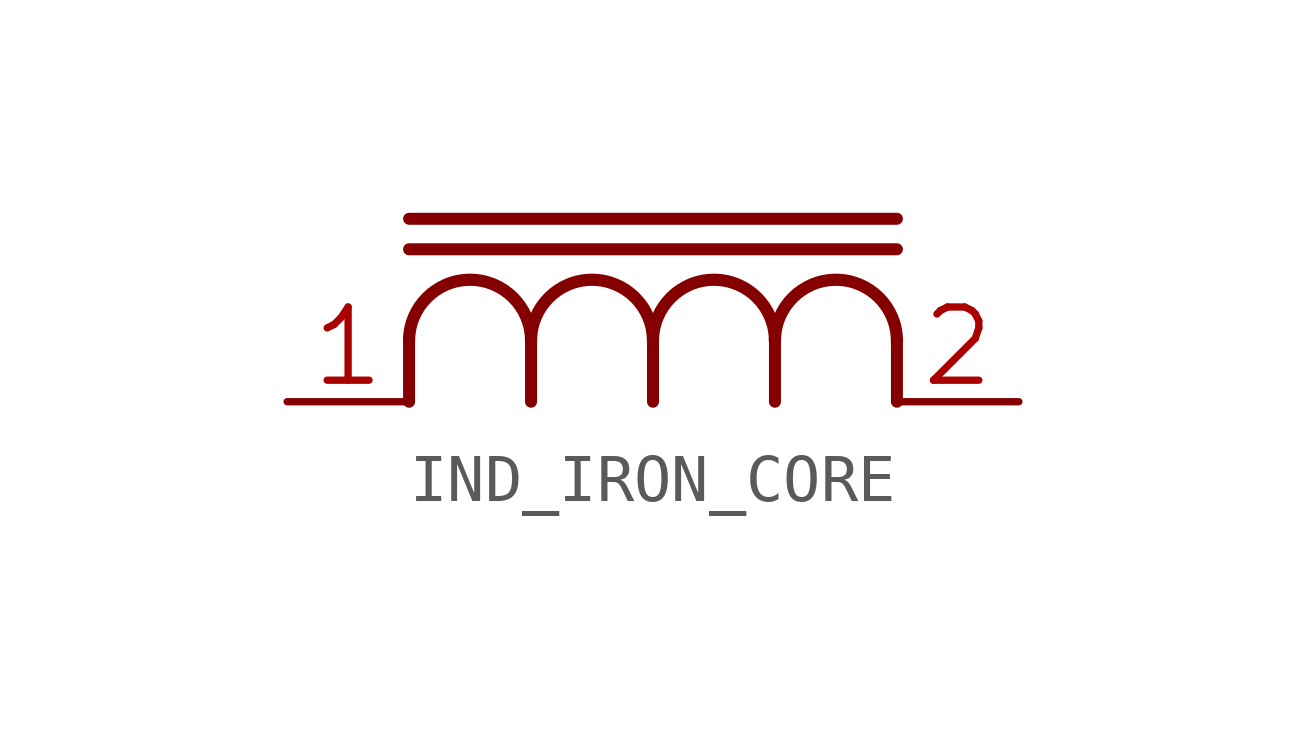
<source format=kicad_sym>
(kicad_symbol_lib
  (version 20241209)
  (generator "kicad_symbol_editor")
  (generator_version "9.0")
  (symbol "IND_IRON_CORE"
    (property "Reference" "L"
      (at 0 0 0)
      (effects (font (size 1.27 1.27)) (hide yes)))
    (property "ki_locked" ""
      (at 0 0 0)
      (effects (font (size 1.27 1.27))))
    (symbol "IND_IRON_CORE_1_0"
      (polyline (pts (xy -5.08 1.905) (xy 5.08 1.905)) (stroke (width 0.25) (type solid)) (fill (type none)))
      (polyline (pts (xy -5.08 1.27) (xy 5.08 1.27)) (stroke (width 0.25) (type solid)) (fill (type none)))
      (polyline (pts (xy -5.08 -1.905) (xy -5.08 -0.635)) (stroke (width 0.25) (type solid)) (fill (type none)))
      (arc (start -5.08 -0.6349) (mid -3.81 0.6352) (end -2.54 -0.635) (stroke (width 0.254) (type solid)) (fill (type none)))
      (polyline (pts (xy -2.54 -1.905) (xy -2.54 -0.635)) (stroke (width 0.25) (type solid)) (fill (type none)))
      (arc (start -2.54 -0.6349) (mid -1.27 0.6352) (end 0 -0.635) (stroke (width 0.254) (type solid)) (fill (type none)))
      (polyline (pts (xy 0 -1.905) (xy 0 -0.635)) (stroke (width 0.25) (type solid)) (fill (type none)))
      (arc (start 0 -0.6349) (mid 1.27 0.6352) (end 2.54 -0.635) (stroke (width 0.254) (type solid)) (fill (type none)))
      (polyline (pts (xy 2.54 -1.905) (xy 2.54 -0.635)) (stroke (width 0.25) (type solid)) (fill (type none)))
      (arc (start 2.54 -0.6349) (mid 3.81 0.6352) (end 5.08 -0.635) (stroke (width 0.254) (type solid)) (fill (type none)))
      (polyline (pts (xy 5.08 -1.905) (xy 5.08 -0.635)) (stroke (width 0.25) (type solid)) (fill (type none)))
      (pin passive line (at -7.62 -1.905 0) (length 2.54) (name "A" (effects (font (size 0 0)))) (number "1" (effects (font (size 1.524 1.524)))))
      (pin passive line (at 7.62 -1.905 180) (length 2.54) (name "B" (effects (font (size 0 0)))) (number "2" (effects (font (size 1.524 1.524))))))))
</source>
